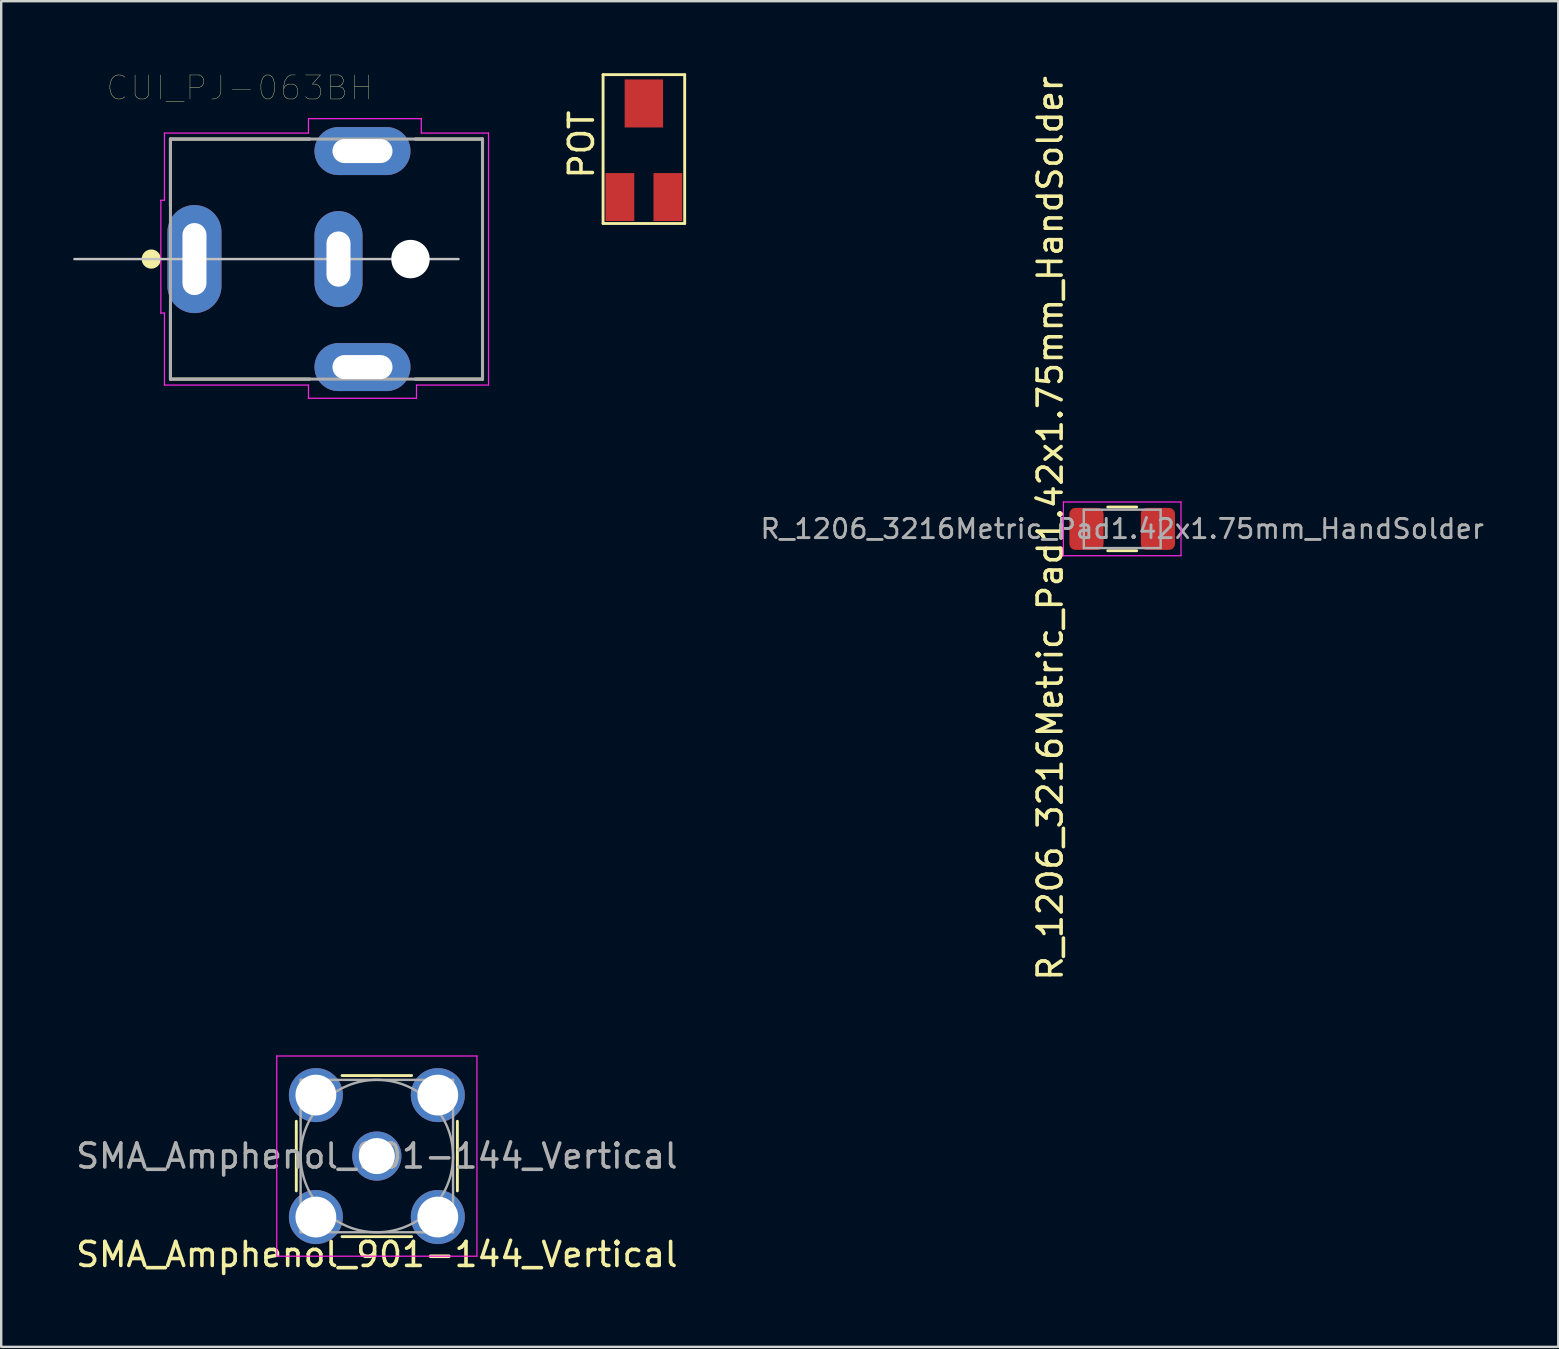
<source format=kicad_pcb>
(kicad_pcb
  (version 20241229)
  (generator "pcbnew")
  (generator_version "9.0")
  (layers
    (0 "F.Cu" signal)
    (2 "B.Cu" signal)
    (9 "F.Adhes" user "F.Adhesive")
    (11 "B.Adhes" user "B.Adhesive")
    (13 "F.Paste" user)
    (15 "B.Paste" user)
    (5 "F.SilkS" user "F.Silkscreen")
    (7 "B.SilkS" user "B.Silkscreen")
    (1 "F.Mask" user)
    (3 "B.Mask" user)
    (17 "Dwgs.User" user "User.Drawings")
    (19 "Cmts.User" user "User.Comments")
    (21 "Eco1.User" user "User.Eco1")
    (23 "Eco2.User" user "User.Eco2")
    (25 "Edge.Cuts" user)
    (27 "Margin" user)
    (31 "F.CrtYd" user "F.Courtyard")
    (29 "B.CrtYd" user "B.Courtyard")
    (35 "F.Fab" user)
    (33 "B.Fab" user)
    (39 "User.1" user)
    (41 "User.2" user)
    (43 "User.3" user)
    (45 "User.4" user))
  (footprint "CUI_PJ-063BH"
    (layer "F.Cu")
    (at 5.051 7.743)
    (property "Reference" "CUI_PJ-063BH" (at 1.887 -7.132 0) (layer "F.SilkS") (effects (font (size 1.001 1.001) (thickness 0.015))))
    (attr through_hole)
    (fp_line (start -1 -5) (end 4.8 -5) (stroke (width 0.127) (type solid)) (layer "F.SilkS"))
    (fp_line (start -1 -2.2) (end -1 -5) (stroke (width 0.127) (type solid)) (layer "F.SilkS"))
    (fp_line (start -1 5) (end -1 2.1) (stroke (width 0.127) (type solid)) (layer "F.SilkS"))
    (fp_line (start 4.8 5) (end -1 5) (stroke (width 0.127) (type solid)) (layer "F.SilkS"))
    (fp_line (start 9.2 -5) (end 12 -5) (stroke (width 0.127) (type solid)) (layer "F.SilkS"))
    (fp_line (start 12 -5) (end 12 5) (stroke (width 0.127) (type solid)) (layer "F.SilkS"))
    (fp_line (start 12 5) (end 9.2 5) (stroke (width 0.127) (type solid)) (layer "F.SilkS"))
    (fp_circle (center -1.8 0) (end -1.6 0) (stroke (width 0.4) (type solid)) (fill no) (layer "F.SilkS"))
    (fp_line (start -5 0) (end 11 0) (stroke (width 0.102) (type solid)) (layer "Dwgs.User"))
    (fp_line (start -1.4 -2.45) (end -1.25 -2.45) (stroke (width 0.05) (type solid)) (layer "F.CrtYd"))
    (fp_line (start -1.4 2.25) (end -1.4 -2.45) (stroke (width 0.05) (type solid)) (layer "F.CrtYd"))
    (fp_line (start -1.25 -5.25) (end 4.75 -5.25) (stroke (width 0.05) (type solid)) (layer "F.CrtYd"))
    (fp_line (start -1.25 -2.45) (end -1.25 -5.25) (stroke (width 0.05) (type solid)) (layer "F.CrtYd"))
    (fp_line (start -1.25 2.25) (end -1.4 2.25) (stroke (width 0.05) (type solid)) (layer "F.CrtYd"))
    (fp_line (start -1.25 5.25) (end -1.25 2.25) (stroke (width 0.05) (type solid)) (layer "F.CrtYd"))
    (fp_line (start 4.75 -5.85) (end 9.45 -5.85) (stroke (width 0.05) (type solid)) (layer "F.CrtYd"))
    (fp_line (start 4.75 -5.25) (end 4.75 -5.85) (stroke (width 0.05) (type solid)) (layer "F.CrtYd"))
    (fp_line (start 4.75 5.25) (end -1.25 5.25) (stroke (width 0.05) (type solid)) (layer "F.CrtYd"))
    (fp_line (start 4.75 5.8) (end 4.75 5.25) (stroke (width 0.05) (type solid)) (layer "F.CrtYd"))
    (fp_line (start 9.25 5.25) (end 9.25 5.8) (stroke (width 0.05) (type solid)) (layer "F.CrtYd"))
    (fp_line (start 9.25 5.8) (end 4.75 5.8) (stroke (width 0.05) (type solid)) (layer "F.CrtYd"))
    (fp_line (start 9.45 -5.85) (end 9.45 -5.25) (stroke (width 0.05) (type solid)) (layer "F.CrtYd"))
    (fp_line (start 9.45 -5.25) (end 12.25 -5.25) (stroke (width 0.05) (type solid)) (layer "F.CrtYd"))
    (fp_line (start 12.25 -5.25) (end 12.25 5.25) (stroke (width 0.05) (type solid)) (layer "F.CrtYd"))
    (fp_line (start 12.25 5.25) (end 9.25 5.25) (stroke (width 0.05) (type solid)) (layer "F.CrtYd"))
    (fp_line (start -1 -5) (end 12 -5) (stroke (width 0.127) (type solid)) (layer "F.Fab"))
    (fp_line (start -1 5) (end -1 -5) (stroke (width 0.127) (type solid)) (layer "F.Fab"))
    (fp_line (start 12 -5) (end 12 5) (stroke (width 0.127) (type solid)) (layer "F.Fab"))
    (fp_line (start 12 5) (end -1 5) (stroke (width 0.127) (type solid)) (layer "F.Fab"))
    (pad "" np_thru_hole circle (at 9 0) (size 1.6 1.6) (drill 1.6) (layers "*.Cu" "*.Mask"))
    (pad "1" thru_hole oval (at 0 0) (size 2.25 4.5) (drill oval 1 3) (layers "*.Cu" "*.Mask"))
    (pad "2" thru_hole oval (at 6 0) (size 2 4) (drill oval 1 2.3) (layers "*.Cu" "*.Mask"))
    (pad "S1" thru_hole oval (at 7 -4.5) (size 4 2) (drill oval 2.5 1) (layers "*.Cu" "*.Mask"))
    (pad "S2" thru_hole oval (at 7 4.5) (size 4 2) (drill oval 2.5 1) (layers "*.Cu" "*.Mask")))
  (footprint "R_1206_3216Metric_Pad1.42x1.75mm_HandSolder"
    (layer "F.Cu")
    (at 43.701 18.983)
    (property "Reference" "R_1206_3216Metric_Pad1.42x1.75mm_HandSolder" (at -3 -0.025 270) (layer "F.SilkS") (effects (font (size 1 1) (thickness 0.15))))
    (attr smd)
    (fp_line (start -0.602 -0.91) (end 0.602 -0.91) (stroke (width 0.12) (type solid)) (layer "F.SilkS"))
    (fp_line (start -0.602 0.91) (end 0.602 0.91) (stroke (width 0.12) (type solid)) (layer "F.SilkS"))
    (fp_line (start -2.45 -1.12) (end 2.45 -1.12) (stroke (width 0.05) (type solid)) (layer "F.CrtYd"))
    (fp_line (start -2.45 1.12) (end -2.45 -1.12) (stroke (width 0.05) (type solid)) (layer "F.CrtYd"))
    (fp_line (start 2.45 -1.12) (end 2.45 1.12) (stroke (width 0.05) (type solid)) (layer "F.CrtYd"))
    (fp_line (start 2.45 1.12) (end -2.45 1.12) (stroke (width 0.05) (type solid)) (layer "F.CrtYd"))
    (fp_line (start -1.6 -0.8) (end 1.6 -0.8) (stroke (width 0.1) (type solid)) (layer "F.Fab"))
    (fp_line (start -1.6 0.8) (end -1.6 -0.8) (stroke (width 0.1) (type solid)) (layer "F.Fab"))
    (fp_line (start 1.6 -0.8) (end 1.6 0.8) (stroke (width 0.1) (type solid)) (layer "F.Fab"))
    (fp_line (start 1.6 0.8) (end -1.6 0.8) (stroke (width 0.1) (type solid)) (layer "F.Fab"))
    (fp_text user "${REFERENCE}" (at 0 0 0) (layer "F.Fab") (effects (font (size 0.8 0.8) (thickness 0.12))))
    (pad "1" smd roundrect (at -1.488 0) (size 1.425 1.75) (layers "F.Cu" "F.Mask" "F.Paste") (roundrect_rratio 0.175))
    (pad "2" smd roundrect (at 1.488 0) (size 1.425 1.75) (layers "F.Cu" "F.Mask" "F.Paste") (roundrect_rratio 0.175)))
  (footprint "POT"
    (layer "F.Cu")
    (at 23.774 2.96)
    (property "Reference" "POT" (at -2.6 0.01 270) (layer "F.SilkS") (effects (font (size 1 1) (thickness 0.15))))
    (attr through_hole)
    (fp_line (start -1.7 -2.9) (end -1.7 3.3) (stroke (width 0.12) (type solid)) (layer "F.SilkS"))
    (fp_line (start -1.7 3.3) (end 1.7 3.3) (stroke (width 0.12) (type solid)) (layer "F.SilkS"))
    (fp_line (start 1.7 -2.9) (end -1.7 -2.9) (stroke (width 0.12) (type solid)) (layer "F.SilkS"))
    (fp_line (start 1.7 3.3) (end 1.7 -2.9) (stroke (width 0.12) (type solid)) (layer "F.SilkS"))
    (pad "1" smd rect (at -1 2.2) (size 1.2 2) (layers "F.Cu" "F.Mask" "F.Paste"))
    (pad "2" smd rect (at 0 -1.7) (size 1.6 2) (layers "F.Cu" "F.Mask" "F.Paste"))
    (pad "3" smd rect (at 1 2.2) (size 1.2 2) (layers "F.Cu" "F.Mask" "F.Paste")))
  (footprint "SMA_Amphenol_901-144_Vertical"
    (layer "F.Cu")
    (at 12.649 45.112)
    (property "Reference" "SMA_Amphenol_901-144_Vertical" (at 0 4.1 180) (layer "F.SilkS") (effects (font (size 1 1) (thickness 0.15))))
    (attr through_hole)
    (fp_line (start -3.355 -1.45) (end -3.355 1.45) (stroke (width 0.12) (type solid)) (layer "F.SilkS"))
    (fp_line (start -1.45 -3.355) (end 1.45 -3.355) (stroke (width 0.12) (type solid)) (layer "F.SilkS"))
    (fp_line (start -1.45 3.355) (end 1.45 3.355) (stroke (width 0.12) (type solid)) (layer "F.SilkS"))
    (fp_line (start 3.355 -1.45) (end 3.355 1.45) (stroke (width 0.12) (type solid)) (layer "F.SilkS"))
    (fp_line (start -4.17 -4.17) (end -4.17 4.17) (stroke (width 0.05) (type solid)) (layer "F.CrtYd"))
    (fp_line (start -4.17 -4.17) (end 4.17 -4.17) (stroke (width 0.05) (type solid)) (layer "F.CrtYd"))
    (fp_line (start 4.17 4.17) (end -4.17 4.17) (stroke (width 0.05) (type solid)) (layer "F.CrtYd"))
    (fp_line (start 4.17 4.17) (end 4.17 -4.17) (stroke (width 0.05) (type solid)) (layer "F.CrtYd"))
    (fp_line (start -3.175 -3.175) (end -3.175 3.175) (stroke (width 0.1) (type solid)) (layer "F.Fab"))
    (fp_line (start -3.175 -3.175) (end 3.175 -3.175) (stroke (width 0.1) (type solid)) (layer "F.Fab"))
    (fp_line (start -3.175 3.175) (end 3.175 3.175) (stroke (width 0.1) (type solid)) (layer "F.Fab"))
    (fp_line (start 3.175 -3.175) (end 3.175 3.175) (stroke (width 0.1) (type solid)) (layer "F.Fab"))
    (fp_circle (center 0 0) (end 3.175 0) (stroke (width 0.1) (type solid)) (fill no) (layer "F.Fab"))
    (fp_text user "${REFERENCE}" (at 0 0 180) (layer "F.Fab") (effects (font (size 1 1) (thickness 0.15))))
    (pad "1" thru_hole circle (at 0 0) (size 2.05 2.05) (drill 1.5) (layers "*.Cu" "*.Mask"))
    (pad "2" thru_hole circle (at -2.54 -2.54) (size 2.25 2.25) (drill 1.7) (layers "*.Cu" "*.Mask"))
    (pad "2" thru_hole circle (at -2.54 2.54) (size 2.25 2.25) (drill 1.7) (layers "*.Cu" "*.Mask"))
    (pad "2" thru_hole circle (at 2.54 -2.54) (size 2.25 2.25) (drill 1.7) (layers "*.Cu" "*.Mask"))
    (pad "2" thru_hole circle (at 2.54 2.54) (size 2.25 2.25) (drill 1.7) (layers "*.Cu" "*.Mask")))
  (gr_rect
    (start -3 -3)
    (end 61.867 53.06)
    (stroke (width 0.1) (type default))
    (fill no)
    (layer "Edge.Cuts")))
</source>
